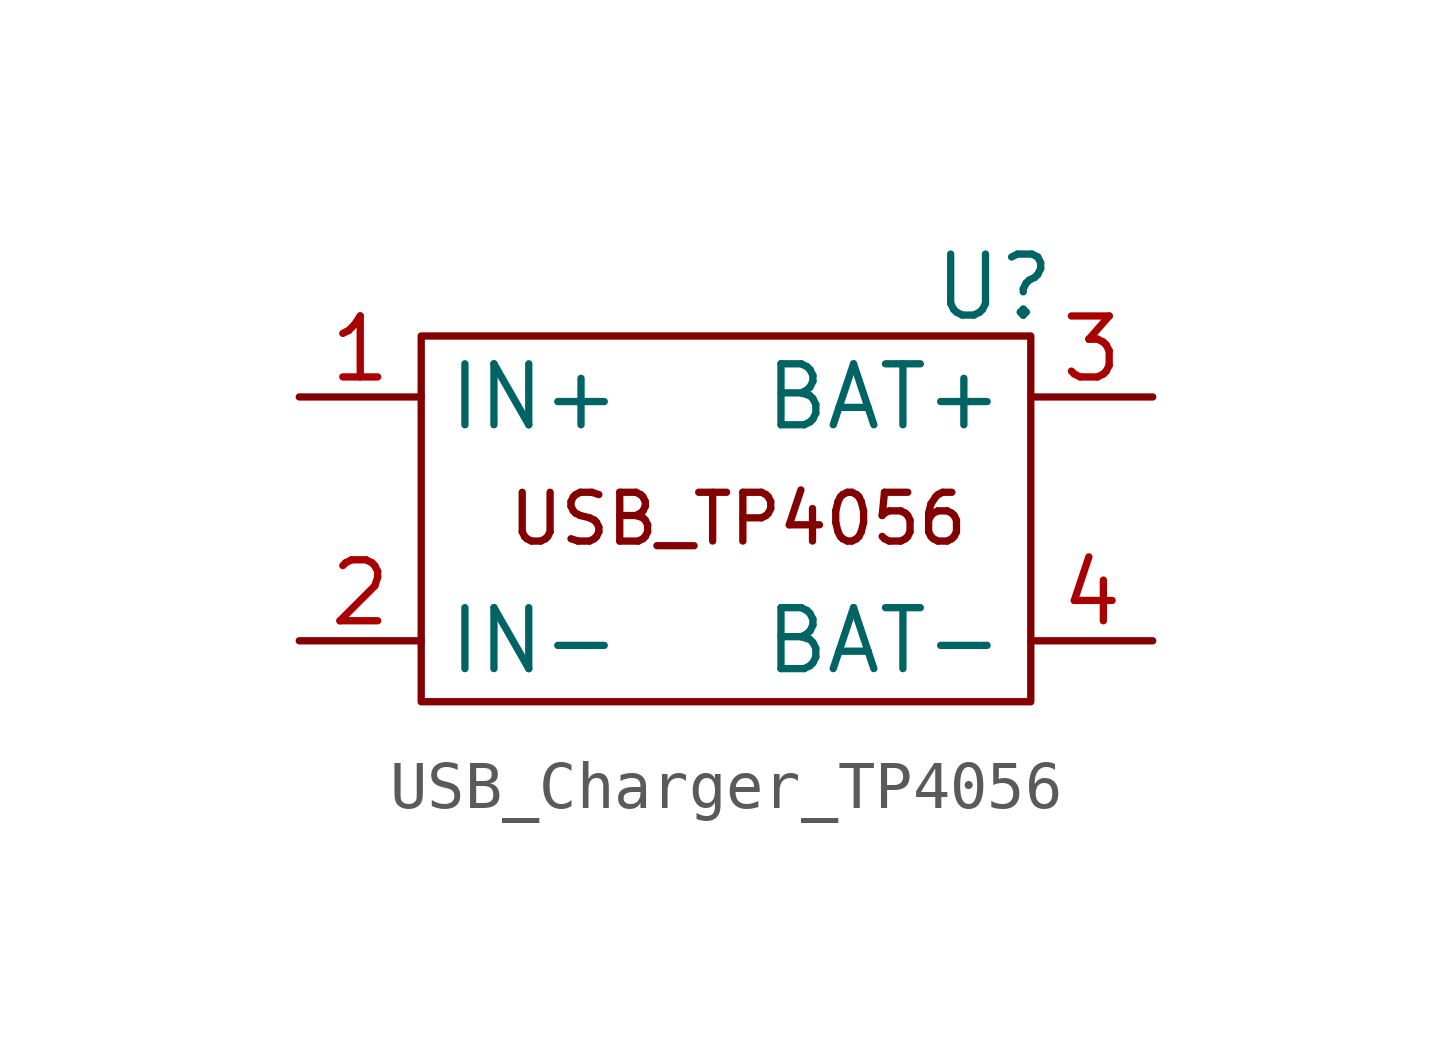
<source format=kicad_sym>
(kicad_symbol_lib
  (version 20231120)
  (generator "kicad_symbol_editor")
  (generator_version "8.0")
  (symbol "USB_Charger_TP4056"
    (property "Reference" "U"
      (at 5.588 4.826 0)
      (effects (font (size 1.27 1.27))))
    (property "Value" ""
      (at 3.81 -1.27 0)
      (effects (font (size 1.27 1.27))))
    (symbol "USB_Charger_TP4056_0_1"
      (rectangle (start -6.35 3.81) (end 6.35 -3.81) (stroke (width 0) (type default)) (fill (type none))))
    (symbol "USB_Charger_TP4056_1_1"
      (text "USB_TP4056\n" (at 0.254 0 0) (effects (font (size 1.016 1.016))))
      (pin power_in line (at -8.89 2.54 0) (length 2.54) (name "IN+" (effects (font (size 1.27 1.27)))) (number "1" (effects (font (size 1.27 1.27)))))
      (pin power_in line (at -8.89 -2.54 0) (length 2.54) (name "IN-" (effects (font (size 1.27 1.27)))) (number "2" (effects (font (size 1.27 1.27)))))
      (pin power_out line (at 8.89 2.54 180) (length 2.54) (name "BAT+" (effects (font (size 1.27 1.27)))) (number "3" (effects (font (size 1.27 1.27)))))
      (pin power_out line (at 8.89 -2.54 180) (length 2.54) (name "BAT-" (effects (font (size 1.27 1.27)))) (number "4" (effects (font (size 1.27 1.27))))))))
</source>
